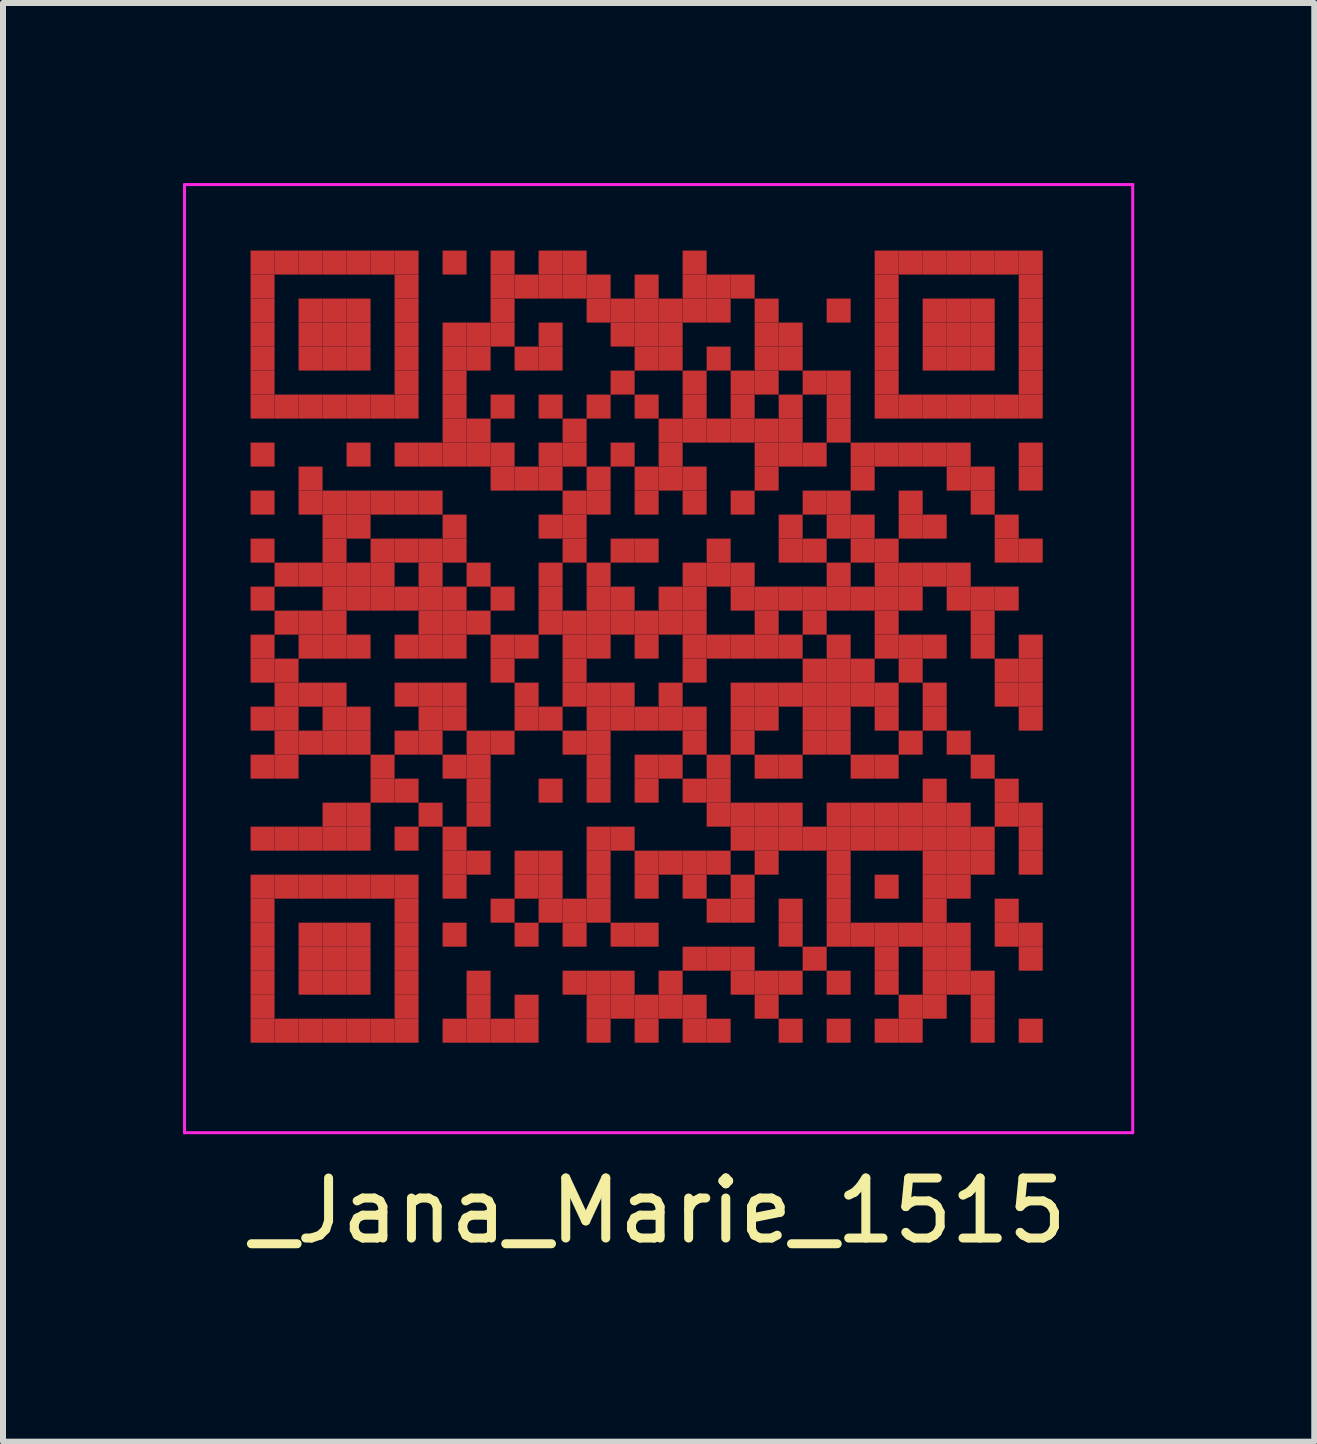
<source format=kicad_pcb>
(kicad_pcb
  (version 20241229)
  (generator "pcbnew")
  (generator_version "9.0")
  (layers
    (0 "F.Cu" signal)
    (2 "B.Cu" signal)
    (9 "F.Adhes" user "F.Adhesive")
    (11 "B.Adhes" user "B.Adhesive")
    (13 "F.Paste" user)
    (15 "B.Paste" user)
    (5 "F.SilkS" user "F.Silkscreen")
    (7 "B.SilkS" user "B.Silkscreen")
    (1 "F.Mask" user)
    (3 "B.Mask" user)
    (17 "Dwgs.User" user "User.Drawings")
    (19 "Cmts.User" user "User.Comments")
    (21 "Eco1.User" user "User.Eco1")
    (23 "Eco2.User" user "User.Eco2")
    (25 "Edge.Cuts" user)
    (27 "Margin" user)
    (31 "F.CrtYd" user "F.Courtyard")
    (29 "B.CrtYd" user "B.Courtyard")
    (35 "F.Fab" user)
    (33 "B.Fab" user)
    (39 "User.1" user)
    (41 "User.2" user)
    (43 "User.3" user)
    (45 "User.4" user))
  (footprint "_Jana_Marie_1515"
    (layer "F.Cu")
    (at 7.925 7.925)
    (property "Reference" "_Jana_Marie_1515" (at 0 9.2 0) (layer "F.SilkS") (effects (font (size 1 1) (thickness 0.15))))
    (attr through_hole)
    (fp_poly (pts (xy 7.85 7.85) (xy 7.85 -7.85) (xy -7.85 -7.85) (xy -7.85 7.85)) (stroke (width 0) (type solid)) (fill yes) (layer "F.Mask"))
    (fp_line (start -7.9 -7.9) (end 7.9 -7.9) (stroke (width 0.05) (type solid)) (layer "F.CrtYd"))
    (fp_line (start -7.9 7.9) (end -7.9 -7.9) (stroke (width 0.05) (type solid)) (layer "F.CrtYd"))
    (fp_line (start 7.9 -7.9) (end 7.9 7.9) (stroke (width 0.05) (type solid)) (layer "F.CrtYd"))
    (fp_line (start 7.9 7.9) (end -7.9 7.9) (stroke (width 0.05) (type solid)) (layer "F.CrtYd"))
    (pad "" smd rect (at -6.6 -6.6) (size 0.4 0.4) (layers "F.Cu"))
    (pad "" smd rect (at -6.6 -6.2) (size 0.4 0.4) (layers "F.Cu"))
    (pad "" smd rect (at -6.6 -5.8) (size 0.4 0.4) (layers "F.Cu"))
    (pad "" smd rect (at -6.6 -5.4) (size 0.4 0.4) (layers "F.Cu"))
    (pad "" smd rect (at -6.6 -5) (size 0.4 0.4) (layers "F.Cu"))
    (pad "" smd rect (at -6.6 -4.6) (size 0.4 0.4) (layers "F.Cu"))
    (pad "" smd rect (at -6.6 -4.2) (size 0.4 0.4) (layers "F.Cu"))
    (pad "" smd rect (at -6.6 -3.4) (size 0.4 0.4) (layers "F.Cu"))
    (pad "" smd rect (at -6.6 -2.6) (size 0.4 0.4) (layers "F.Cu"))
    (pad "" smd rect (at -6.6 -1.8) (size 0.4 0.4) (layers "F.Cu"))
    (pad "" smd rect (at -6.6 -1) (size 0.4 0.4) (layers "F.Cu"))
    (pad "" smd rect (at -6.6 -0.2) (size 0.4 0.4) (layers "F.Cu"))
    (pad "" smd rect (at -6.6 0.2) (size 0.4 0.4) (layers "F.Cu"))
    (pad "" smd rect (at -6.6 1) (size 0.4 0.4) (layers "F.Cu"))
    (pad "" smd rect (at -6.6 1.8) (size 0.4 0.4) (layers "F.Cu"))
    (pad "" smd rect (at -6.6 3) (size 0.4 0.4) (layers "F.Cu"))
    (pad "" smd rect (at -6.6 3.8) (size 0.4 0.4) (layers "F.Cu"))
    (pad "" smd rect (at -6.6 4.2) (size 0.4 0.4) (layers "F.Cu"))
    (pad "" smd rect (at -6.6 4.6) (size 0.4 0.4) (layers "F.Cu"))
    (pad "" smd rect (at -6.6 5) (size 0.4 0.4) (layers "F.Cu"))
    (pad "" smd rect (at -6.6 5.4) (size 0.4 0.4) (layers "F.Cu"))
    (pad "" smd rect (at -6.6 5.8) (size 0.4 0.4) (layers "F.Cu"))
    (pad "" smd rect (at -6.6 6.2) (size 0.4 0.4) (layers "F.Cu"))
    (pad "" smd rect (at -6.2 -6.6) (size 0.4 0.4) (layers "F.Cu"))
    (pad "" smd rect (at -6.2 -4.2) (size 0.4 0.4) (layers "F.Cu"))
    (pad "" smd rect (at -6.2 -1.4) (size 0.4 0.4) (layers "F.Cu"))
    (pad "" smd rect (at -6.2 -0.6) (size 0.4 0.4) (layers "F.Cu"))
    (pad "" smd rect (at -6.2 0.2) (size 0.4 0.4) (layers "F.Cu"))
    (pad "" smd rect (at -6.2 0.6) (size 0.4 0.4) (layers "F.Cu"))
    (pad "" smd rect (at -6.2 1) (size 0.4 0.4) (layers "F.Cu"))
    (pad "" smd rect (at -6.2 1.4) (size 0.4 0.4) (layers "F.Cu"))
    (pad "" smd rect (at -6.2 1.8) (size 0.4 0.4) (layers "F.Cu"))
    (pad "" smd rect (at -6.2 3) (size 0.4 0.4) (layers "F.Cu"))
    (pad "" smd rect (at -6.2 3.8) (size 0.4 0.4) (layers "F.Cu"))
    (pad "" smd rect (at -6.2 6.2) (size 0.4 0.4) (layers "F.Cu"))
    (pad "" smd rect (at -5.8 -6.6) (size 0.4 0.4) (layers "F.Cu"))
    (pad "" smd rect (at -5.8 -5.8) (size 0.4 0.4) (layers "F.Cu"))
    (pad "" smd rect (at -5.8 -5.4) (size 0.4 0.4) (layers "F.Cu"))
    (pad "" smd rect (at -5.8 -5) (size 0.4 0.4) (layers "F.Cu"))
    (pad "" smd rect (at -5.8 -4.2) (size 0.4 0.4) (layers "F.Cu"))
    (pad "" smd rect (at -5.8 -3) (size 0.4 0.4) (layers "F.Cu"))
    (pad "" smd rect (at -5.8 -2.6) (size 0.4 0.4) (layers "F.Cu"))
    (pad "" smd rect (at -5.8 -1.4) (size 0.4 0.4) (layers "F.Cu"))
    (pad "" smd rect (at -5.8 -0.6) (size 0.4 0.4) (layers "F.Cu"))
    (pad "" smd rect (at -5.8 -0.2) (size 0.4 0.4) (layers "F.Cu"))
    (pad "" smd rect (at -5.8 0.6) (size 0.4 0.4) (layers "F.Cu"))
    (pad "" smd rect (at -5.8 1.4) (size 0.4 0.4) (layers "F.Cu"))
    (pad "" smd rect (at -5.8 3) (size 0.4 0.4) (layers "F.Cu"))
    (pad "" smd rect (at -5.8 3.8) (size 0.4 0.4) (layers "F.Cu"))
    (pad "" smd rect (at -5.8 4.6) (size 0.4 0.4) (layers "F.Cu"))
    (pad "" smd rect (at -5.8 5) (size 0.4 0.4) (layers "F.Cu"))
    (pad "" smd rect (at -5.8 5.4) (size 0.4 0.4) (layers "F.Cu"))
    (pad "" smd rect (at -5.8 6.2) (size 0.4 0.4) (layers "F.Cu"))
    (pad "" smd rect (at -5.4 -6.6) (size 0.4 0.4) (layers "F.Cu"))
    (pad "" smd rect (at -5.4 -5.8) (size 0.4 0.4) (layers "F.Cu"))
    (pad "" smd rect (at -5.4 -5.4) (size 0.4 0.4) (layers "F.Cu"))
    (pad "" smd rect (at -5.4 -5) (size 0.4 0.4) (layers "F.Cu"))
    (pad "" smd rect (at -5.4 -4.2) (size 0.4 0.4) (layers "F.Cu"))
    (pad "" smd rect (at -5.4 -2.6) (size 0.4 0.4) (layers "F.Cu"))
    (pad "" smd rect (at -5.4 -2.2) (size 0.4 0.4) (layers "F.Cu"))
    (pad "" smd rect (at -5.4 -1.8) (size 0.4 0.4) (layers "F.Cu"))
    (pad "" smd rect (at -5.4 -1.4) (size 0.4 0.4) (layers "F.Cu"))
    (pad "" smd rect (at -5.4 -1) (size 0.4 0.4) (layers "F.Cu"))
    (pad "" smd rect (at -5.4 -0.6) (size 0.4 0.4) (layers "F.Cu"))
    (pad "" smd rect (at -5.4 -0.2) (size 0.4 0.4) (layers "F.Cu"))
    (pad "" smd rect (at -5.4 0.6) (size 0.4 0.4) (layers "F.Cu"))
    (pad "" smd rect (at -5.4 1) (size 0.4 0.4) (layers "F.Cu"))
    (pad "" smd rect (at -5.4 1.4) (size 0.4 0.4) (layers "F.Cu"))
    (pad "" smd rect (at -5.4 2.6) (size 0.4 0.4) (layers "F.Cu"))
    (pad "" smd rect (at -5.4 3) (size 0.4 0.4) (layers "F.Cu"))
    (pad "" smd rect (at -5.4 3.8) (size 0.4 0.4) (layers "F.Cu"))
    (pad "" smd rect (at -5.4 4.6) (size 0.4 0.4) (layers "F.Cu"))
    (pad "" smd rect (at -5.4 5) (size 0.4 0.4) (layers "F.Cu"))
    (pad "" smd rect (at -5.4 5.4) (size 0.4 0.4) (layers "F.Cu"))
    (pad "" smd rect (at -5.4 6.2) (size 0.4 0.4) (layers "F.Cu"))
    (pad "" smd rect (at -5 -6.6) (size 0.4 0.4) (layers "F.Cu"))
    (pad "" smd rect (at -5 -5.8) (size 0.4 0.4) (layers "F.Cu"))
    (pad "" smd rect (at -5 -5.4) (size 0.4 0.4) (layers "F.Cu"))
    (pad "" smd rect (at -5 -5) (size 0.4 0.4) (layers "F.Cu"))
    (pad "" smd rect (at -5 -4.2) (size 0.4 0.4) (layers "F.Cu"))
    (pad "" smd rect (at -5 -3.4) (size 0.4 0.4) (layers "F.Cu"))
    (pad "" smd rect (at -5 -2.6) (size 0.4 0.4) (layers "F.Cu"))
    (pad "" smd rect (at -5 -2.2) (size 0.4 0.4) (layers "F.Cu"))
    (pad "" smd rect (at -5 -1.4) (size 0.4 0.4) (layers "F.Cu"))
    (pad "" smd rect (at -5 -1) (size 0.4 0.4) (layers "F.Cu"))
    (pad "" smd rect (at -5 -0.2) (size 0.4 0.4) (layers "F.Cu"))
    (pad "" smd rect (at -5 1) (size 0.4 0.4) (layers "F.Cu"))
    (pad "" smd rect (at -5 1.4) (size 0.4 0.4) (layers "F.Cu"))
    (pad "" smd rect (at -5 2.6) (size 0.4 0.4) (layers "F.Cu"))
    (pad "" smd rect (at -5 3) (size 0.4 0.4) (layers "F.Cu"))
    (pad "" smd rect (at -5 3.8) (size 0.4 0.4) (layers "F.Cu"))
    (pad "" smd rect (at -5 4.6) (size 0.4 0.4) (layers "F.Cu"))
    (pad "" smd rect (at -5 5) (size 0.4 0.4) (layers "F.Cu"))
    (pad "" smd rect (at -5 5.4) (size 0.4 0.4) (layers "F.Cu"))
    (pad "" smd rect (at -5 6.2) (size 0.4 0.4) (layers "F.Cu"))
    (pad "" smd rect (at -4.6 -6.6) (size 0.4 0.4) (layers "F.Cu"))
    (pad "" smd rect (at -4.6 -4.2) (size 0.4 0.4) (layers "F.Cu"))
    (pad "" smd rect (at -4.6 -2.6) (size 0.4 0.4) (layers "F.Cu"))
    (pad "" smd rect (at -4.6 -1.8) (size 0.4 0.4) (layers "F.Cu"))
    (pad "" smd rect (at -4.6 -1.4) (size 0.4 0.4) (layers "F.Cu"))
    (pad "" smd rect (at -4.6 -1) (size 0.4 0.4) (layers "F.Cu"))
    (pad "" smd rect (at -4.6 1.8) (size 0.4 0.4) (layers "F.Cu"))
    (pad "" smd rect (at -4.6 2.2) (size 0.4 0.4) (layers "F.Cu"))
    (pad "" smd rect (at -4.6 3.8) (size 0.4 0.4) (layers "F.Cu"))
    (pad "" smd rect (at -4.6 6.2) (size 0.4 0.4) (layers "F.Cu"))
    (pad "" smd rect (at -4.2 -6.6) (size 0.4 0.4) (layers "F.Cu"))
    (pad "" smd rect (at -4.2 -6.2) (size 0.4 0.4) (layers "F.Cu"))
    (pad "" smd rect (at -4.2 -5.8) (size 0.4 0.4) (layers "F.Cu"))
    (pad "" smd rect (at -4.2 -5.4) (size 0.4 0.4) (layers "F.Cu"))
    (pad "" smd rect (at -4.2 -5) (size 0.4 0.4) (layers "F.Cu"))
    (pad "" smd rect (at -4.2 -4.6) (size 0.4 0.4) (layers "F.Cu"))
    (pad "" smd rect (at -4.2 -4.2) (size 0.4 0.4) (layers "F.Cu"))
    (pad "" smd rect (at -4.2 -3.4) (size 0.4 0.4) (layers "F.Cu"))
    (pad "" smd rect (at -4.2 -2.6) (size 0.4 0.4) (layers "F.Cu"))
    (pad "" smd rect (at -4.2 -1.8) (size 0.4 0.4) (layers "F.Cu"))
    (pad "" smd rect (at -4.2 -1) (size 0.4 0.4) (layers "F.Cu"))
    (pad "" smd rect (at -4.2 -0.2) (size 0.4 0.4) (layers "F.Cu"))
    (pad "" smd rect (at -4.2 0.6) (size 0.4 0.4) (layers "F.Cu"))
    (pad "" smd rect (at -4.2 1.4) (size 0.4 0.4) (layers "F.Cu"))
    (pad "" smd rect (at -4.2 2.2) (size 0.4 0.4) (layers "F.Cu"))
    (pad "" smd rect (at -4.2 3) (size 0.4 0.4) (layers "F.Cu"))
    (pad "" smd rect (at -4.2 3.8) (size 0.4 0.4) (layers "F.Cu"))
    (pad "" smd rect (at -4.2 4.2) (size 0.4 0.4) (layers "F.Cu"))
    (pad "" smd rect (at -4.2 4.6) (size 0.4 0.4) (layers "F.Cu"))
    (pad "" smd rect (at -4.2 5) (size 0.4 0.4) (layers "F.Cu"))
    (pad "" smd rect (at -4.2 5.4) (size 0.4 0.4) (layers "F.Cu"))
    (pad "" smd rect (at -4.2 5.8) (size 0.4 0.4) (layers "F.Cu"))
    (pad "" smd rect (at -4.2 6.2) (size 0.4 0.4) (layers "F.Cu"))
    (pad "" smd rect (at -3.8 -3.4) (size 0.4 0.4) (layers "F.Cu"))
    (pad "" smd rect (at -3.8 -2.6) (size 0.4 0.4) (layers "F.Cu"))
    (pad "" smd rect (at -3.8 -1.8) (size 0.4 0.4) (layers "F.Cu"))
    (pad "" smd rect (at -3.8 -1.4) (size 0.4 0.4) (layers "F.Cu"))
    (pad "" smd rect (at -3.8 -1) (size 0.4 0.4) (layers "F.Cu"))
    (pad "" smd rect (at -3.8 -0.6) (size 0.4 0.4) (layers "F.Cu"))
    (pad "" smd rect (at -3.8 -0.2) (size 0.4 0.4) (layers "F.Cu"))
    (pad "" smd rect (at -3.8 0.6) (size 0.4 0.4) (layers "F.Cu"))
    (pad "" smd rect (at -3.8 1) (size 0.4 0.4) (layers "F.Cu"))
    (pad "" smd rect (at -3.8 1.4) (size 0.4 0.4) (layers "F.Cu"))
    (pad "" smd rect (at -3.8 2.6) (size 0.4 0.4) (layers "F.Cu"))
    (pad "" smd rect (at -3.4 -6.6) (size 0.4 0.4) (layers "F.Cu"))
    (pad "" smd rect (at -3.4 -5.4) (size 0.4 0.4) (layers "F.Cu"))
    (pad "" smd rect (at -3.4 -5) (size 0.4 0.4) (layers "F.Cu"))
    (pad "" smd rect (at -3.4 -4.6) (size 0.4 0.4) (layers "F.Cu"))
    (pad "" smd rect (at -3.4 -4.2) (size 0.4 0.4) (layers "F.Cu"))
    (pad "" smd rect (at -3.4 -3.8) (size 0.4 0.4) (layers "F.Cu"))
    (pad "" smd rect (at -3.4 -3.4) (size 0.4 0.4) (layers "F.Cu"))
    (pad "" smd rect (at -3.4 -2.2) (size 0.4 0.4) (layers "F.Cu"))
    (pad "" smd rect (at -3.4 -1.8) (size 0.4 0.4) (layers "F.Cu"))
    (pad "" smd rect (at -3.4 -1) (size 0.4 0.4) (layers "F.Cu"))
    (pad "" smd rect (at -3.4 -0.6) (size 0.4 0.4) (layers "F.Cu"))
    (pad "" smd rect (at -3.4 -0.2) (size 0.4 0.4) (layers "F.Cu"))
    (pad "" smd rect (at -3.4 0.6) (size 0.4 0.4) (layers "F.Cu"))
    (pad "" smd rect (at -3.4 1) (size 0.4 0.4) (layers "F.Cu"))
    (pad "" smd rect (at -3.4 1.8) (size 0.4 0.4) (layers "F.Cu"))
    (pad "" smd rect (at -3.4 3) (size 0.4 0.4) (layers "F.Cu"))
    (pad "" smd rect (at -3.4 3.4) (size 0.4 0.4) (layers "F.Cu"))
    (pad "" smd rect (at -3.4 3.8) (size 0.4 0.4) (layers "F.Cu"))
    (pad "" smd rect (at -3.4 4.6) (size 0.4 0.4) (layers "F.Cu"))
    (pad "" smd rect (at -3.4 6.2) (size 0.4 0.4) (layers "F.Cu"))
    (pad "" smd rect (at -3 -5.4) (size 0.4 0.4) (layers "F.Cu"))
    (pad "" smd rect (at -3 -5) (size 0.4 0.4) (layers "F.Cu"))
    (pad "" smd rect (at -3 -3.8) (size 0.4 0.4) (layers "F.Cu"))
    (pad "" smd rect (at -3 -3.4) (size 0.4 0.4) (layers "F.Cu"))
    (pad "" smd rect (at -3 -1.4) (size 0.4 0.4) (layers "F.Cu"))
    (pad "" smd rect (at -3 -0.6) (size 0.4 0.4) (layers "F.Cu"))
    (pad "" smd rect (at -3 1.4) (size 0.4 0.4) (layers "F.Cu"))
    (pad "" smd rect (at -3 1.8) (size 0.4 0.4) (layers "F.Cu"))
    (pad "" smd rect (at -3 2.2) (size 0.4 0.4) (layers "F.Cu"))
    (pad "" smd rect (at -3 2.6) (size 0.4 0.4) (layers "F.Cu"))
    (pad "" smd rect (at -3 3.4) (size 0.4 0.4) (layers "F.Cu"))
    (pad "" smd rect (at -3 5.4) (size 0.4 0.4) (layers "F.Cu"))
    (pad "" smd rect (at -3 5.8) (size 0.4 0.4) (layers "F.Cu"))
    (pad "" smd rect (at -3 6.2) (size 0.4 0.4) (layers "F.Cu"))
    (pad "" smd rect (at -2.6 -6.6) (size 0.4 0.4) (layers "F.Cu"))
    (pad "" smd rect (at -2.6 -6.2) (size 0.4 0.4) (layers "F.Cu"))
    (pad "" smd rect (at -2.6 -5.8) (size 0.4 0.4) (layers "F.Cu"))
    (pad "" smd rect (at -2.6 -5.4) (size 0.4 0.4) (layers "F.Cu"))
    (pad "" smd rect (at -2.6 -4.2) (size 0.4 0.4) (layers "F.Cu"))
    (pad "" smd rect (at -2.6 -3.4) (size 0.4 0.4) (layers "F.Cu"))
    (pad "" smd rect (at -2.6 -3) (size 0.4 0.4) (layers "F.Cu"))
    (pad "" smd rect (at -2.6 -1) (size 0.4 0.4) (layers "F.Cu"))
    (pad "" smd rect (at -2.6 -0.2) (size 0.4 0.4) (layers "F.Cu"))
    (pad "" smd rect (at -2.6 0.2) (size 0.4 0.4) (layers "F.Cu"))
    (pad "" smd rect (at -2.6 1.4) (size 0.4 0.4) (layers "F.Cu"))
    (pad "" smd rect (at -2.6 4.2) (size 0.4 0.4) (layers "F.Cu"))
    (pad "" smd rect (at -2.6 6.2) (size 0.4 0.4) (layers "F.Cu"))
    (pad "" smd rect (at -2.2 -6.2) (size 0.4 0.4) (layers "F.Cu"))
    (pad "" smd rect (at -2.2 -5) (size 0.4 0.4) (layers "F.Cu"))
    (pad "" smd rect (at -2.2 -3) (size 0.4 0.4) (layers "F.Cu"))
    (pad "" smd rect (at -2.2 -0.2) (size 0.4 0.4) (layers "F.Cu"))
    (pad "" smd rect (at -2.2 0.6) (size 0.4 0.4) (layers "F.Cu"))
    (pad "" smd rect (at -2.2 1) (size 0.4 0.4) (layers "F.Cu"))
    (pad "" smd rect (at -2.2 3.4) (size 0.4 0.4) (layers "F.Cu"))
    (pad "" smd rect (at -2.2 3.8) (size 0.4 0.4) (layers "F.Cu"))
    (pad "" smd rect (at -2.2 4.6) (size 0.4 0.4) (layers "F.Cu"))
    (pad "" smd rect (at -2.2 5.8) (size 0.4 0.4) (layers "F.Cu"))
    (pad "" smd rect (at -2.2 6.2) (size 0.4 0.4) (layers "F.Cu"))
    (pad "" smd rect (at -1.8 -6.6) (size 0.4 0.4) (layers "F.Cu"))
    (pad "" smd rect (at -1.8 -6.2) (size 0.4 0.4) (layers "F.Cu"))
    (pad "" smd rect (at -1.8 -5.4) (size 0.4 0.4) (layers "F.Cu"))
    (pad "" smd rect (at -1.8 -5) (size 0.4 0.4) (layers "F.Cu"))
    (pad "" smd rect (at -1.8 -4.2) (size 0.4 0.4) (layers "F.Cu"))
    (pad "" smd rect (at -1.8 -3.4) (size 0.4 0.4) (layers "F.Cu"))
    (pad "" smd rect (at -1.8 -3) (size 0.4 0.4) (layers "F.Cu"))
    (pad "" smd rect (at -1.8 -2.2) (size 0.4 0.4) (layers "F.Cu"))
    (pad "" smd rect (at -1.8 -1.4) (size 0.4 0.4) (layers "F.Cu"))
    (pad "" smd rect (at -1.8 -1) (size 0.4 0.4) (layers "F.Cu"))
    (pad "" smd rect (at -1.8 -0.6) (size 0.4 0.4) (layers "F.Cu"))
    (pad "" smd rect (at -1.8 1) (size 0.4 0.4) (layers "F.Cu"))
    (pad "" smd rect (at -1.8 2.2) (size 0.4 0.4) (layers "F.Cu"))
    (pad "" smd rect (at -1.8 3.4) (size 0.4 0.4) (layers "F.Cu"))
    (pad "" smd rect (at -1.8 3.8) (size 0.4 0.4) (layers "F.Cu"))
    (pad "" smd rect (at -1.8 4.2) (size 0.4 0.4) (layers "F.Cu"))
    (pad "" smd rect (at -1.4 -6.6) (size 0.4 0.4) (layers "F.Cu"))
    (pad "" smd rect (at -1.4 -6.2) (size 0.4 0.4) (layers "F.Cu"))
    (pad "" smd rect (at -1.4 -3.8) (size 0.4 0.4) (layers "F.Cu"))
    (pad "" smd rect (at -1.4 -3.4) (size 0.4 0.4) (layers "F.Cu"))
    (pad "" smd rect (at -1.4 -2.6) (size 0.4 0.4) (layers "F.Cu"))
    (pad "" smd rect (at -1.4 -2.2) (size 0.4 0.4) (layers "F.Cu"))
    (pad "" smd rect (at -1.4 -1.8) (size 0.4 0.4) (layers "F.Cu"))
    (pad "" smd rect (at -1.4 -0.6) (size 0.4 0.4) (layers "F.Cu"))
    (pad "" smd rect (at -1.4 -0.2) (size 0.4 0.4) (layers "F.Cu"))
    (pad "" smd rect (at -1.4 0.2) (size 0.4 0.4) (layers "F.Cu"))
    (pad "" smd rect (at -1.4 0.6) (size 0.4 0.4) (layers "F.Cu"))
    (pad "" smd rect (at -1.4 1.4) (size 0.4 0.4) (layers "F.Cu"))
    (pad "" smd rect (at -1.4 4.2) (size 0.4 0.4) (layers "F.Cu"))
    (pad "" smd rect (at -1.4 4.6) (size 0.4 0.4) (layers "F.Cu"))
    (pad "" smd rect (at -1.4 5.4) (size 0.4 0.4) (layers "F.Cu"))
    (pad "" smd rect (at -1 -6.2) (size 0.4 0.4) (layers "F.Cu"))
    (pad "" smd rect (at -1 -5.8) (size 0.4 0.4) (layers "F.Cu"))
    (pad "" smd rect (at -1 -4.2) (size 0.4 0.4) (layers "F.Cu"))
    (pad "" smd rect (at -1 -3) (size 0.4 0.4) (layers "F.Cu"))
    (pad "" smd rect (at -1 -2.6) (size 0.4 0.4) (layers "F.Cu"))
    (pad "" smd rect (at -1 -1.4) (size 0.4 0.4) (layers "F.Cu"))
    (pad "" smd rect (at -1 -1) (size 0.4 0.4) (layers "F.Cu"))
    (pad "" smd rect (at -1 -0.6) (size 0.4 0.4) (layers "F.Cu"))
    (pad "" smd rect (at -1 -0.2) (size 0.4 0.4) (layers "F.Cu"))
    (pad "" smd rect (at -1 0.6) (size 0.4 0.4) (layers "F.Cu"))
    (pad "" smd rect (at -1 1) (size 0.4 0.4) (layers "F.Cu"))
    (pad "" smd rect (at -1 1.4) (size 0.4 0.4) (layers "F.Cu"))
    (pad "" smd rect (at -1 1.8) (size 0.4 0.4) (layers "F.Cu"))
    (pad "" smd rect (at -1 2.2) (size 0.4 0.4) (layers "F.Cu"))
    (pad "" smd rect (at -1 3) (size 0.4 0.4) (layers "F.Cu"))
    (pad "" smd rect (at -1 3.4) (size 0.4 0.4) (layers "F.Cu"))
    (pad "" smd rect (at -1 3.8) (size 0.4 0.4) (layers "F.Cu"))
    (pad "" smd rect (at -1 4.2) (size 0.4 0.4) (layers "F.Cu"))
    (pad "" smd rect (at -1 5.4) (size 0.4 0.4) (layers "F.Cu"))
    (pad "" smd rect (at -1 5.8) (size 0.4 0.4) (layers "F.Cu"))
    (pad "" smd rect (at -1 6.2) (size 0.4 0.4) (layers "F.Cu"))
    (pad "" smd rect (at -0.6 -5.8) (size 0.4 0.4) (layers "F.Cu"))
    (pad "" smd rect (at -0.6 -5.4) (size 0.4 0.4) (layers "F.Cu"))
    (pad "" smd rect (at -0.6 -4.6) (size 0.4 0.4) (layers "F.Cu"))
    (pad "" smd rect (at -0.6 -3.4) (size 0.4 0.4) (layers "F.Cu"))
    (pad "" smd rect (at -0.6 -1.8) (size 0.4 0.4) (layers "F.Cu"))
    (pad "" smd rect (at -0.6 -1) (size 0.4 0.4) (layers "F.Cu"))
    (pad "" smd rect (at -0.6 -0.6) (size 0.4 0.4) (layers "F.Cu"))
    (pad "" smd rect (at -0.6 0.6) (size 0.4 0.4) (layers "F.Cu"))
    (pad "" smd rect (at -0.6 1) (size 0.4 0.4) (layers "F.Cu"))
    (pad "" smd rect (at -0.6 3) (size 0.4 0.4) (layers "F.Cu"))
    (pad "" smd rect (at -0.6 4.6) (size 0.4 0.4) (layers "F.Cu"))
    (pad "" smd rect (at -0.6 5.4) (size 0.4 0.4) (layers "F.Cu"))
    (pad "" smd rect (at -0.6 5.8) (size 0.4 0.4) (layers "F.Cu"))
    (pad "" smd rect (at -0.2 -6.2) (size 0.4 0.4) (layers "F.Cu"))
    (pad "" smd rect (at -0.2 -5.8) (size 0.4 0.4) (layers "F.Cu"))
    (pad "" smd rect (at -0.2 -5.4) (size 0.4 0.4) (layers "F.Cu"))
    (pad "" smd rect (at -0.2 -5) (size 0.4 0.4) (layers "F.Cu"))
    (pad "" smd rect (at -0.2 -4.2) (size 0.4 0.4) (layers "F.Cu"))
    (pad "" smd rect (at -0.2 -3) (size 0.4 0.4) (layers "F.Cu"))
    (pad "" smd rect (at -0.2 -2.6) (size 0.4 0.4) (layers "F.Cu"))
    (pad "" smd rect (at -0.2 -1.8) (size 0.4 0.4) (layers "F.Cu"))
    (pad "" smd rect (at -0.2 -0.6) (size 0.4 0.4) (layers "F.Cu"))
    (pad "" smd rect (at -0.2 -0.2) (size 0.4 0.4) (layers "F.Cu"))
    (pad "" smd rect (at -0.2 1) (size 0.4 0.4) (layers "F.Cu"))
    (pad "" smd rect (at -0.2 1.8) (size 0.4 0.4) (layers "F.Cu"))
    (pad "" smd rect (at -0.2 2.2) (size 0.4 0.4) (layers "F.Cu"))
    (pad "" smd rect (at -0.2 3.4) (size 0.4 0.4) (layers "F.Cu"))
    (pad "" smd rect (at -0.2 3.8) (size 0.4 0.4) (layers "F.Cu"))
    (pad "" smd rect (at -0.2 4.6) (size 0.4 0.4) (layers "F.Cu"))
    (pad "" smd rect (at -0.2 5.8) (size 0.4 0.4) (layers "F.Cu"))
    (pad "" smd rect (at -0.2 6.2) (size 0.4 0.4) (layers "F.Cu"))
    (pad "" smd rect (at 0.2 -5.8) (size 0.4 0.4) (layers "F.Cu"))
    (pad "" smd rect (at 0.2 -5.4) (size 0.4 0.4) (layers "F.Cu"))
    (pad "" smd rect (at 0.2 -5) (size 0.4 0.4) (layers "F.Cu"))
    (pad "" smd rect (at 0.2 -3.8) (size 0.4 0.4) (layers "F.Cu"))
    (pad "" smd rect (at 0.2 -3.4) (size 0.4 0.4) (layers "F.Cu"))
    (pad "" smd rect (at 0.2 -3) (size 0.4 0.4) (layers "F.Cu"))
    (pad "" smd rect (at 0.2 -1) (size 0.4 0.4) (layers "F.Cu"))
    (pad "" smd rect (at 0.2 -0.6) (size 0.4 0.4) (layers "F.Cu"))
    (pad "" smd rect (at 0.2 0.6) (size 0.4 0.4) (layers "F.Cu"))
    (pad "" smd rect (at 0.2 1) (size 0.4 0.4) (layers "F.Cu"))
    (pad "" smd rect (at 0.2 1.8) (size 0.4 0.4) (layers "F.Cu"))
    (pad "" smd rect (at 0.2 3.4) (size 0.4 0.4) (layers "F.Cu"))
    (pad "" smd rect (at 0.2 5.4) (size 0.4 0.4) (layers "F.Cu"))
    (pad "" smd rect (at 0.2 5.8) (size 0.4 0.4) (layers "F.Cu"))
    (pad "" smd rect (at 0.6 -6.6) (size 0.4 0.4) (layers "F.Cu"))
    (pad "" smd rect (at 0.6 -6.2) (size 0.4 0.4) (layers "F.Cu"))
    (pad "" smd rect (at 0.6 -5.8) (size 0.4 0.4) (layers "F.Cu"))
    (pad "" smd rect (at 0.6 -4.6) (size 0.4 0.4) (layers "F.Cu"))
    (pad "" smd rect (at 0.6 -4.2) (size 0.4 0.4) (layers "F.Cu"))
    (pad "" smd rect (at 0.6 -3.8) (size 0.4 0.4) (layers "F.Cu"))
    (pad "" smd rect (at 0.6 -3) (size 0.4 0.4) (layers "F.Cu"))
    (pad "" smd rect (at 0.6 -2.6) (size 0.4 0.4) (layers "F.Cu"))
    (pad "" smd rect (at 0.6 -1.4) (size 0.4 0.4) (layers "F.Cu"))
    (pad "" smd rect (at 0.6 -1) (size 0.4 0.4) (layers "F.Cu"))
    (pad "" smd rect (at 0.6 -0.6) (size 0.4 0.4) (layers "F.Cu"))
    (pad "" smd rect (at 0.6 -0.2) (size 0.4 0.4) (layers "F.Cu"))
    (pad "" smd rect (at 0.6 0.2) (size 0.4 0.4) (layers "F.Cu"))
    (pad "" smd rect (at 0.6 1) (size 0.4 0.4) (layers "F.Cu"))
    (pad "" smd rect (at 0.6 1.4) (size 0.4 0.4) (layers "F.Cu"))
    (pad "" smd rect (at 0.6 2.2) (size 0.4 0.4) (layers "F.Cu"))
    (pad "" smd rect (at 0.6 3.4) (size 0.4 0.4) (layers "F.Cu"))
    (pad "" smd rect (at 0.6 3.8) (size 0.4 0.4) (layers "F.Cu"))
    (pad "" smd rect (at 0.6 5) (size 0.4 0.4) (layers "F.Cu"))
    (pad "" smd rect (at 0.6 5.8) (size 0.4 0.4) (layers "F.Cu"))
    (pad "" smd rect (at 0.6 6.2) (size 0.4 0.4) (layers "F.Cu"))
    (pad "" smd rect (at 1 -6.2) (size 0.4 0.4) (layers "F.Cu"))
    (pad "" smd rect (at 1 -5.8) (size 0.4 0.4) (layers "F.Cu"))
    (pad "" smd rect (at 1 -5) (size 0.4 0.4) (layers "F.Cu"))
    (pad "" smd rect (at 1 -3.8) (size 0.4 0.4) (layers "F.Cu"))
    (pad "" smd rect (at 1 -1.8) (size 0.4 0.4) (layers "F.Cu"))
    (pad "" smd rect (at 1 -1.4) (size 0.4 0.4) (layers "F.Cu"))
    (pad "" smd rect (at 1 -0.2) (size 0.4 0.4) (layers "F.Cu"))
    (pad "" smd rect (at 1 1.8) (size 0.4 0.4) (layers "F.Cu"))
    (pad "" smd rect (at 1 2.2) (size 0.4 0.4) (layers "F.Cu"))
    (pad "" smd rect (at 1 2.6) (size 0.4 0.4) (layers "F.Cu"))
    (pad "" smd rect (at 1 3.4) (size 0.4 0.4) (layers "F.Cu"))
    (pad "" smd rect (at 1 4.2) (size 0.4 0.4) (layers "F.Cu"))
    (pad "" smd rect (at 1 5) (size 0.4 0.4) (layers "F.Cu"))
    (pad "" smd rect (at 1 6.2) (size 0.4 0.4) (layers "F.Cu"))
    (pad "" smd rect (at 1.4 -6.2) (size 0.4 0.4) (layers "F.Cu"))
    (pad "" smd rect (at 1.4 -4.6) (size 0.4 0.4) (layers "F.Cu"))
    (pad "" smd rect (at 1.4 -4.2) (size 0.4 0.4) (layers "F.Cu"))
    (pad "" smd rect (at 1.4 -3.8) (size 0.4 0.4) (layers "F.Cu"))
    (pad "" smd rect (at 1.4 -2.6) (size 0.4 0.4) (layers "F.Cu"))
    (pad "" smd rect (at 1.4 -1.4) (size 0.4 0.4) (layers "F.Cu"))
    (pad "" smd rect (at 1.4 -1) (size 0.4 0.4) (layers "F.Cu"))
    (pad "" smd rect (at 1.4 -0.2) (size 0.4 0.4) (layers "F.Cu"))
    (pad "" smd rect (at 1.4 0.6) (size 0.4 0.4) (layers "F.Cu"))
    (pad "" smd rect (at 1.4 1) (size 0.4 0.4) (layers "F.Cu"))
    (pad "" smd rect (at 1.4 1.4) (size 0.4 0.4) (layers "F.Cu"))
    (pad "" smd rect (at 1.4 2.6) (size 0.4 0.4) (layers "F.Cu"))
    (pad "" smd rect (at 1.4 3) (size 0.4 0.4) (layers "F.Cu"))
    (pad "" smd rect (at 1.4 3.8) (size 0.4 0.4) (layers "F.Cu"))
    (pad "" smd rect (at 1.4 4.2) (size 0.4 0.4) (layers "F.Cu"))
    (pad "" smd rect (at 1.4 5) (size 0.4 0.4) (layers "F.Cu"))
    (pad "" smd rect (at 1.4 5.4) (size 0.4 0.4) (layers "F.Cu"))
    (pad "" smd rect (at 1.8 -5.8) (size 0.4 0.4) (layers "F.Cu"))
    (pad "" smd rect (at 1.8 -5.4) (size 0.4 0.4) (layers "F.Cu"))
    (pad "" smd rect (at 1.8 -5) (size 0.4 0.4) (layers "F.Cu"))
    (pad "" smd rect (at 1.8 -4.6) (size 0.4 0.4) (layers "F.Cu"))
    (pad "" smd rect (at 1.8 -3.8) (size 0.4 0.4) (layers "F.Cu"))
    (pad "" smd rect (at 1.8 -3.4) (size 0.4 0.4) (layers "F.Cu"))
    (pad "" smd rect (at 1.8 -3) (size 0.4 0.4) (layers "F.Cu"))
    (pad "" smd rect (at 1.8 -1) (size 0.4 0.4) (layers "F.Cu"))
    (pad "" smd rect (at 1.8 -0.6) (size 0.4 0.4) (layers "F.Cu"))
    (pad "" smd rect (at 1.8 -0.2) (size 0.4 0.4) (layers "F.Cu"))
    (pad "" smd rect (at 1.8 0.6) (size 0.4 0.4) (layers "F.Cu"))
    (pad "" smd rect (at 1.8 1) (size 0.4 0.4) (layers "F.Cu"))
    (pad "" smd rect (at 1.8 1.8) (size 0.4 0.4) (layers "F.Cu"))
    (pad "" smd rect (at 1.8 2.6) (size 0.4 0.4) (layers "F.Cu"))
    (pad "" smd rect (at 1.8 3) (size 0.4 0.4) (layers "F.Cu"))
    (pad "" smd rect (at 1.8 3.4) (size 0.4 0.4) (layers "F.Cu"))
    (pad "" smd rect (at 1.8 5.4) (size 0.4 0.4) (layers "F.Cu"))
    (pad "" smd rect (at 1.8 5.8) (size 0.4 0.4) (layers "F.Cu"))
    (pad "" smd rect (at 2.2 -5.4) (size 0.4 0.4) (layers "F.Cu"))
    (pad "" smd rect (at 2.2 -5) (size 0.4 0.4) (layers "F.Cu"))
    (pad "" smd rect (at 2.2 -4.2) (size 0.4 0.4) (layers "F.Cu"))
    (pad "" smd rect (at 2.2 -3.8) (size 0.4 0.4) (layers "F.Cu"))
    (pad "" smd rect (at 2.2 -3.4) (size 0.4 0.4) (layers "F.Cu"))
    (pad "" smd rect (at 2.2 -2.2) (size 0.4 0.4) (layers "F.Cu"))
    (pad "" smd rect (at 2.2 -1.8) (size 0.4 0.4) (layers "F.Cu"))
    (pad "" smd rect (at 2.2 -1) (size 0.4 0.4) (layers "F.Cu"))
    (pad "" smd rect (at 2.2 -0.2) (size 0.4 0.4) (layers "F.Cu"))
    (pad "" smd rect (at 2.2 0.6) (size 0.4 0.4) (layers "F.Cu"))
    (pad "" smd rect (at 2.2 1.8) (size 0.4 0.4) (layers "F.Cu"))
    (pad "" smd rect (at 2.2 2.6) (size 0.4 0.4) (layers "F.Cu"))
    (pad "" smd rect (at 2.2 3) (size 0.4 0.4) (layers "F.Cu"))
    (pad "" smd rect (at 2.2 4.2) (size 0.4 0.4) (layers "F.Cu"))
    (pad "" smd rect (at 2.2 4.6) (size 0.4 0.4) (layers "F.Cu"))
    (pad "" smd rect (at 2.2 5.4) (size 0.4 0.4) (layers "F.Cu"))
    (pad "" smd rect (at 2.2 6.2) (size 0.4 0.4) (layers "F.Cu"))
    (pad "" smd rect (at 2.6 -4.6) (size 0.4 0.4) (layers "F.Cu"))
    (pad "" smd rect (at 2.6 -3.4) (size 0.4 0.4) (layers "F.Cu"))
    (pad "" smd rect (at 2.6 -2.6) (size 0.4 0.4) (layers "F.Cu"))
    (pad "" smd rect (at 2.6 -1.8) (size 0.4 0.4) (layers "F.Cu"))
    (pad "" smd rect (at 2.6 -1) (size 0.4 0.4) (layers "F.Cu"))
    (pad "" smd rect (at 2.6 -0.6) (size 0.4 0.4) (layers "F.Cu"))
    (pad "" smd rect (at 2.6 0.2) (size 0.4 0.4) (layers "F.Cu"))
    (pad "" smd rect (at 2.6 0.6) (size 0.4 0.4) (layers "F.Cu"))
    (pad "" smd rect (at 2.6 1) (size 0.4 0.4) (layers "F.Cu"))
    (pad "" smd rect (at 2.6 1.4) (size 0.4 0.4) (layers "F.Cu"))
    (pad "" smd rect (at 2.6 3) (size 0.4 0.4) (layers "F.Cu"))
    (pad "" smd rect (at 2.6 5) (size 0.4 0.4) (layers "F.Cu"))
    (pad "" smd rect (at 3 -5.8) (size 0.4 0.4) (layers "F.Cu"))
    (pad "" smd rect (at 3 -4.6) (size 0.4 0.4) (layers "F.Cu"))
    (pad "" smd rect (at 3 -4.2) (size 0.4 0.4) (layers "F.Cu"))
    (pad "" smd rect (at 3 -3.8) (size 0.4 0.4) (layers "F.Cu"))
    (pad "" smd rect (at 3 -2.6) (size 0.4 0.4) (layers "F.Cu"))
    (pad "" smd rect (at 3 -2.2) (size 0.4 0.4) (layers "F.Cu"))
    (pad "" smd rect (at 3 -1.4) (size 0.4 0.4) (layers "F.Cu"))
    (pad "" smd rect (at 3 -1) (size 0.4 0.4) (layers "F.Cu"))
    (pad "" smd rect (at 3 -0.2) (size 0.4 0.4) (layers "F.Cu"))
    (pad "" smd rect (at 3 0.2) (size 0.4 0.4) (layers "F.Cu"))
    (pad "" smd rect (at 3 0.6) (size 0.4 0.4) (layers "F.Cu"))
    (pad "" smd rect (at 3 1) (size 0.4 0.4) (layers "F.Cu"))
    (pad "" smd rect (at 3 1.4) (size 0.4 0.4) (layers "F.Cu"))
    (pad "" smd rect (at 3 2.6) (size 0.4 0.4) (layers "F.Cu"))
    (pad "" smd rect (at 3 3) (size 0.4 0.4) (layers "F.Cu"))
    (pad "" smd rect (at 3 3.4) (size 0.4 0.4) (layers "F.Cu"))
    (pad "" smd rect (at 3 3.8) (size 0.4 0.4) (layers "F.Cu"))
    (pad "" smd rect (at 3 4.2) (size 0.4 0.4) (layers "F.Cu"))
    (pad "" smd rect (at 3 4.6) (size 0.4 0.4) (layers "F.Cu"))
    (pad "" smd rect (at 3 5.4) (size 0.4 0.4) (layers "F.Cu"))
    (pad "" smd rect (at 3 6.2) (size 0.4 0.4) (layers "F.Cu"))
    (pad "" smd rect (at 3.4 -3.4) (size 0.4 0.4) (layers "F.Cu"))
    (pad "" smd rect (at 3.4 -3) (size 0.4 0.4) (layers "F.Cu"))
    (pad "" smd rect (at 3.4 -2.2) (size 0.4 0.4) (layers "F.Cu"))
    (pad "" smd rect (at 3.4 -1.8) (size 0.4 0.4) (layers "F.Cu"))
    (pad "" smd rect (at 3.4 -1) (size 0.4 0.4) (layers "F.Cu"))
    (pad "" smd rect (at 3.4 0.2) (size 0.4 0.4) (layers "F.Cu"))
    (pad "" smd rect (at 3.4 0.6) (size 0.4 0.4) (layers "F.Cu"))
    (pad "" smd rect (at 3.4 1.8) (size 0.4 0.4) (layers "F.Cu"))
    (pad "" smd rect (at 3.4 2.6) (size 0.4 0.4) (layers "F.Cu"))
    (pad "" smd rect (at 3.4 3) (size 0.4 0.4) (layers "F.Cu"))
    (pad "" smd rect (at 3.4 4.6) (size 0.4 0.4) (layers "F.Cu"))
    (pad "" smd rect (at 3.8 -6.6) (size 0.4 0.4) (layers "F.Cu"))
    (pad "" smd rect (at 3.8 -6.2) (size 0.4 0.4) (layers "F.Cu"))
    (pad "" smd rect (at 3.8 -5.8) (size 0.4 0.4) (layers "F.Cu"))
    (pad "" smd rect (at 3.8 -5.4) (size 0.4 0.4) (layers "F.Cu"))
    (pad "" smd rect (at 3.8 -5) (size 0.4 0.4) (layers "F.Cu"))
    (pad "" smd rect (at 3.8 -4.6) (size 0.4 0.4) (layers "F.Cu"))
    (pad "" smd rect (at 3.8 -4.2) (size 0.4 0.4) (layers "F.Cu"))
    (pad "" smd rect (at 3.8 -3.4) (size 0.4 0.4) (layers "F.Cu"))
    (pad "" smd rect (at 3.8 -1.8) (size 0.4 0.4) (layers "F.Cu"))
    (pad "" smd rect (at 3.8 -1.4) (size 0.4 0.4) (layers "F.Cu"))
    (pad "" smd rect (at 3.8 -1) (size 0.4 0.4) (layers "F.Cu"))
    (pad "" smd rect (at 3.8 -0.6) (size 0.4 0.4) (layers "F.Cu"))
    (pad "" smd rect (at 3.8 -0.2) (size 0.4 0.4) (layers "F.Cu"))
    (pad "" smd rect (at 3.8 0.6) (size 0.4 0.4) (layers "F.Cu"))
    (pad "" smd rect (at 3.8 1) (size 0.4 0.4) (layers "F.Cu"))
    (pad "" smd rect (at 3.8 1.8) (size 0.4 0.4) (layers "F.Cu"))
    (pad "" smd rect (at 3.8 2.6) (size 0.4 0.4) (layers "F.Cu"))
    (pad "" smd rect (at 3.8 3) (size 0.4 0.4) (layers "F.Cu"))
    (pad "" smd rect (at 3.8 3.8) (size 0.4 0.4) (layers "F.Cu"))
    (pad "" smd rect (at 3.8 4.6) (size 0.4 0.4) (layers "F.Cu"))
    (pad "" smd rect (at 3.8 5) (size 0.4 0.4) (layers "F.Cu"))
    (pad "" smd rect (at 3.8 5.4) (size 0.4 0.4) (layers "F.Cu"))
    (pad "" smd rect (at 3.8 6.2) (size 0.4 0.4) (layers "F.Cu"))
    (pad "" smd rect (at 4.2 -6.6) (size 0.4 0.4) (layers "F.Cu"))
    (pad "" smd rect (at 4.2 -4.2) (size 0.4 0.4) (layers "F.Cu"))
    (pad "" smd rect (at 4.2 -3.4) (size 0.4 0.4) (layers "F.Cu"))
    (pad "" smd rect (at 4.2 -2.6) (size 0.4 0.4) (layers "F.Cu"))
    (pad "" smd rect (at 4.2 -2.2) (size 0.4 0.4) (layers "F.Cu"))
    (pad "" smd rect (at 4.2 -1.4) (size 0.4 0.4) (layers "F.Cu"))
    (pad "" smd rect (at 4.2 -1) (size 0.4 0.4) (layers "F.Cu"))
    (pad "" smd rect (at 4.2 -0.2) (size 0.4 0.4) (layers "F.Cu"))
    (pad "" smd rect (at 4.2 0.2) (size 0.4 0.4) (layers "F.Cu"))
    (pad "" smd rect (at 4.2 1.4) (size 0.4 0.4) (layers "F.Cu"))
    (pad "" smd rect (at 4.2 2.6) (size 0.4 0.4) (layers "F.Cu"))
    (pad "" smd rect (at 4.2 3) (size 0.4 0.4) (layers "F.Cu"))
    (pad "" smd rect (at 4.2 4.6) (size 0.4 0.4) (layers "F.Cu"))
    (pad "" smd rect (at 4.2 5.8) (size 0.4 0.4) (layers "F.Cu"))
    (pad "" smd rect (at 4.2 6.2) (size 0.4 0.4) (layers "F.Cu"))
    (pad "" smd rect (at 4.6 -6.6) (size 0.4 0.4) (layers "F.Cu"))
    (pad "" smd rect (at 4.6 -5.8) (size 0.4 0.4) (layers "F.Cu"))
    (pad "" smd rect (at 4.6 -5.4) (size 0.4 0.4) (layers "F.Cu"))
    (pad "" smd rect (at 4.6 -5) (size 0.4 0.4) (layers "F.Cu"))
    (pad "" smd rect (at 4.6 -4.2) (size 0.4 0.4) (layers "F.Cu"))
    (pad "" smd rect (at 4.6 -3.4) (size 0.4 0.4) (layers "F.Cu"))
    (pad "" smd rect (at 4.6 -2.2) (size 0.4 0.4) (layers "F.Cu"))
    (pad "" smd rect (at 4.6 -1.4) (size 0.4 0.4) (layers "F.Cu"))
    (pad "" smd rect (at 4.6 -0.2) (size 0.4 0.4) (layers "F.Cu"))
    (pad "" smd rect (at 4.6 0.6) (size 0.4 0.4) (layers "F.Cu"))
    (pad "" smd rect (at 4.6 1) (size 0.4 0.4) (layers "F.Cu"))
    (pad "" smd rect (at 4.6 2.2) (size 0.4 0.4) (layers "F.Cu"))
    (pad "" smd rect (at 4.6 2.6) (size 0.4 0.4) (layers "F.Cu"))
    (pad "" smd rect (at 4.6 3) (size 0.4 0.4) (layers "F.Cu"))
    (pad "" smd rect (at 4.6 3.4) (size 0.4 0.4) (layers "F.Cu"))
    (pad "" smd rect (at 4.6 3.8) (size 0.4 0.4) (layers "F.Cu"))
    (pad "" smd rect (at 4.6 4.2) (size 0.4 0.4) (layers "F.Cu"))
    (pad "" smd rect (at 4.6 4.6) (size 0.4 0.4) (layers "F.Cu"))
    (pad "" smd rect (at 4.6 5) (size 0.4 0.4) (layers "F.Cu"))
    (pad "" smd rect (at 4.6 5.4) (size 0.4 0.4) (layers "F.Cu"))
    (pad "" smd rect (at 4.6 5.8) (size 0.4 0.4) (layers "F.Cu"))
    (pad "" smd rect (at 5 -6.6) (size 0.4 0.4) (layers "F.Cu"))
    (pad "" smd rect (at 5 -5.8) (size 0.4 0.4) (layers "F.Cu"))
    (pad "" smd rect (at 5 -5.4) (size 0.4 0.4) (layers "F.Cu"))
    (pad "" smd rect (at 5 -5) (size 0.4 0.4) (layers "F.Cu"))
    (pad "" smd rect (at 5 -4.2) (size 0.4 0.4) (layers "F.Cu"))
    (pad "" smd rect (at 5 -3.4) (size 0.4 0.4) (layers "F.Cu"))
    (pad "" smd rect (at 5 -3) (size 0.4 0.4) (layers "F.Cu"))
    (pad "" smd rect (at 5 -1.4) (size 0.4 0.4) (layers "F.Cu"))
    (pad "" smd rect (at 5 -1) (size 0.4 0.4) (layers "F.Cu"))
    (pad "" smd rect (at 5 1.4) (size 0.4 0.4) (layers "F.Cu"))
    (pad "" smd rect (at 5 2.6) (size 0.4 0.4) (layers "F.Cu"))
    (pad "" smd rect (at 5 3) (size 0.4 0.4) (layers "F.Cu"))
    (pad "" smd rect (at 5 3.4) (size 0.4 0.4) (layers "F.Cu"))
    (pad "" smd rect (at 5 3.8) (size 0.4 0.4) (layers "F.Cu"))
    (pad "" smd rect (at 5 4.6) (size 0.4 0.4) (layers "F.Cu"))
    (pad "" smd rect (at 5 5) (size 0.4 0.4) (layers "F.Cu"))
    (pad "" smd rect (at 5 5.4) (size 0.4 0.4) (layers "F.Cu"))
    (pad "" smd rect (at 5.4 -6.6) (size 0.4 0.4) (layers "F.Cu"))
    (pad "" smd rect (at 5.4 -5.8) (size 0.4 0.4) (layers "F.Cu"))
    (pad "" smd rect (at 5.4 -5.4) (size 0.4 0.4) (layers "F.Cu"))
    (pad "" smd rect (at 5.4 -5) (size 0.4 0.4) (layers "F.Cu"))
    (pad "" smd rect (at 5.4 -4.2) (size 0.4 0.4) (layers "F.Cu"))
    (pad "" smd rect (at 5.4 -3) (size 0.4 0.4) (layers "F.Cu"))
    (pad "" smd rect (at 5.4 -2.6) (size 0.4 0.4) (layers "F.Cu"))
    (pad "" smd rect (at 5.4 -1) (size 0.4 0.4) (layers "F.Cu"))
    (pad "" smd rect (at 5.4 -0.6) (size 0.4 0.4) (layers "F.Cu"))
    (pad "" smd rect (at 5.4 -0.2) (size 0.4 0.4) (layers "F.Cu"))
    (pad "" smd rect (at 5.4 1.8) (size 0.4 0.4) (layers "F.Cu"))
    (pad "" smd rect (at 5.4 3) (size 0.4 0.4) (layers "F.Cu"))
    (pad "" smd rect (at 5.4 3.4) (size 0.4 0.4) (layers "F.Cu"))
    (pad "" smd rect (at 5.4 5.4) (size 0.4 0.4) (layers "F.Cu"))
    (pad "" smd rect (at 5.4 5.8) (size 0.4 0.4) (layers "F.Cu"))
    (pad "" smd rect (at 5.4 6.2) (size 0.4 0.4) (layers "F.Cu"))
    (pad "" smd rect (at 5.8 -6.6) (size 0.4 0.4) (layers "F.Cu"))
    (pad "" smd rect (at 5.8 -4.2) (size 0.4 0.4) (layers "F.Cu"))
    (pad "" smd rect (at 5.8 -2.2) (size 0.4 0.4) (layers "F.Cu"))
    (pad "" smd rect (at 5.8 -1.8) (size 0.4 0.4) (layers "F.Cu"))
    (pad "" smd rect (at 5.8 -1) (size 0.4 0.4) (layers "F.Cu"))
    (pad "" smd rect (at 5.8 0.2) (size 0.4 0.4) (layers "F.Cu"))
    (pad "" smd rect (at 5.8 0.6) (size 0.4 0.4) (layers "F.Cu"))
    (pad "" smd rect (at 5.8 2.2) (size 0.4 0.4) (layers "F.Cu"))
    (pad "" smd rect (at 5.8 2.6) (size 0.4 0.4) (layers "F.Cu"))
    (pad "" smd rect (at 5.8 4.2) (size 0.4 0.4) (layers "F.Cu"))
    (pad "" smd rect (at 5.8 4.6) (size 0.4 0.4) (layers "F.Cu"))
    (pad "" smd rect (at 6.2 -6.6) (size 0.4 0.4) (layers "F.Cu"))
    (pad "" smd rect (at 6.2 -6.2) (size 0.4 0.4) (layers "F.Cu"))
    (pad "" smd rect (at 6.2 -5.8) (size 0.4 0.4) (layers "F.Cu"))
    (pad "" smd rect (at 6.2 -5.4) (size 0.4 0.4) (layers "F.Cu"))
    (pad "" smd rect (at 6.2 -5) (size 0.4 0.4) (layers "F.Cu"))
    (pad "" smd rect (at 6.2 -4.6) (size 0.4 0.4) (layers "F.Cu"))
    (pad "" smd rect (at 6.2 -4.2) (size 0.4 0.4) (layers "F.Cu"))
    (pad "" smd rect (at 6.2 -3.4) (size 0.4 0.4) (layers "F.Cu"))
    (pad "" smd rect (at 6.2 -3) (size 0.4 0.4) (layers "F.Cu"))
    (pad "" smd rect (at 6.2 -1.8) (size 0.4 0.4) (layers "F.Cu"))
    (pad "" smd rect (at 6.2 -0.2) (size 0.4 0.4) (layers "F.Cu"))
    (pad "" smd rect (at 6.2 0.2) (size 0.4 0.4) (layers "F.Cu"))
    (pad "" smd rect (at 6.2 0.6) (size 0.4 0.4) (layers "F.Cu"))
    (pad "" smd rect (at 6.2 1) (size 0.4 0.4) (layers "F.Cu"))
    (pad "" smd rect (at 6.2 2.6) (size 0.4 0.4) (layers "F.Cu"))
    (pad "" smd rect (at 6.2 3) (size 0.4 0.4) (layers "F.Cu"))
    (pad "" smd rect (at 6.2 3.4) (size 0.4 0.4) (layers "F.Cu"))
    (pad "" smd rect (at 6.2 4.6) (size 0.4 0.4) (layers "F.Cu"))
    (pad "" smd rect (at 6.2 5) (size 0.4 0.4) (layers "F.Cu"))
    (pad "" smd rect (at 6.2 6.2) (size 0.4 0.4) (layers "F.Cu")))
  (gr_rect
    (start -3 -3)
    (end 18.85 20.973)
    (stroke (width 0.1) (type default))
    (fill no)
    (layer "Edge.Cuts")))
</source>
